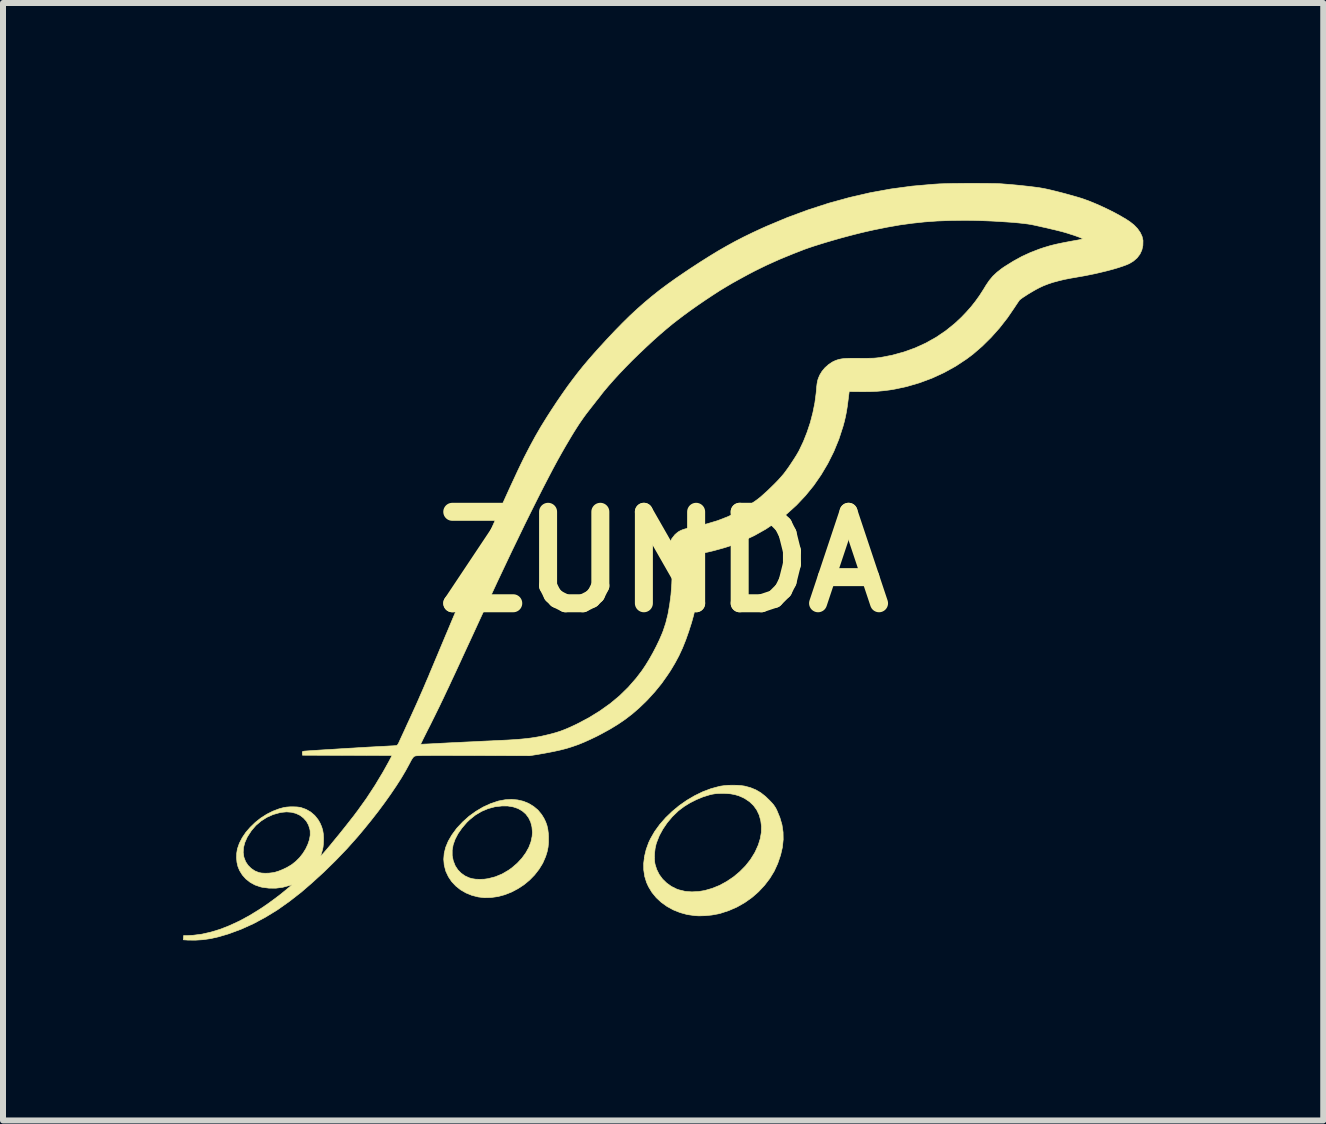
<source format=kicad_pcb>
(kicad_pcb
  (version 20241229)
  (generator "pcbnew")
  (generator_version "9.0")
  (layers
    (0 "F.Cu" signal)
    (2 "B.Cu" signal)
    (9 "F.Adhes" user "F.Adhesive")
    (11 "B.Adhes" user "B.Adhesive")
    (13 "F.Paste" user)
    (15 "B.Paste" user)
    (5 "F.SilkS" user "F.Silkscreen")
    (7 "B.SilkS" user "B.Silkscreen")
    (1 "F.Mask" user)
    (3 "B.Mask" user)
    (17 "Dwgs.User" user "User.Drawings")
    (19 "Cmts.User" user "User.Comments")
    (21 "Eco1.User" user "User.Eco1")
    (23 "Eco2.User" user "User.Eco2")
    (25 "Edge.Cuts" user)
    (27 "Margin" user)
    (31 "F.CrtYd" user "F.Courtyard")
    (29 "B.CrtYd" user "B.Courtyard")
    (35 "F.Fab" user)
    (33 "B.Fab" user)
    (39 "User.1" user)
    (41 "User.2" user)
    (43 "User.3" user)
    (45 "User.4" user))
  (footprint "ZUNDA"
    (layer "F.Cu")
    (at 8.007 6.314)
    (property "Reference" "ZUNDA" (at 0 0 0) (layer "F.SilkS") (effects (font (size 1.524 1.524) (thickness 0.3))))
    (attr through_hole)
    (fp_poly (pts (xy -2.431 3.967) (xy -2.335 3.989) (xy -2.246 4.026) (xy -2.165 4.075) (xy -2.092 4.136) (xy -2.031 4.21) (xy -1.992 4.273) (xy -1.963 4.333) (xy -1.942 4.392) (xy -1.928 4.454) (xy -1.919 4.524) (xy -1.916 4.58) (xy -1.916 4.672) (xy -1.923 4.753) (xy -1.939 4.831) (xy -1.964 4.911) (xy -1.965 4.913) (xy -2.012 5.021) (xy -2.074 5.122) (xy -2.148 5.217) (xy -2.232 5.303) (xy -2.325 5.38) (xy -2.426 5.446) (xy -2.532 5.502) (xy -2.643 5.546) (xy -2.757 5.577) (xy -2.872 5.593) (xy -2.986 5.596) (xy -3.087 5.584) (xy -3.193 5.557) (xy -3.291 5.517) (xy -3.381 5.465) (xy -3.46 5.402) (xy -3.529 5.329) (xy -3.584 5.247) (xy -3.626 5.158) (xy -3.629 5.149) (xy -3.654 5.052) (xy -3.662 4.955) (xy -3.654 4.856) (xy -3.641 4.804) (xy -3.521 4.804) (xy -3.521 4.893) (xy -3.504 4.98) (xy -3.471 5.064) (xy -3.47 5.066) (xy -3.428 5.13) (xy -3.374 5.186) (xy -3.31 5.232) (xy -3.238 5.265) (xy -3.19 5.279) (xy -3.129 5.288) (xy -3.06 5.29) (xy -2.988 5.288) (xy -2.923 5.279) (xy -2.803 5.248) (xy -2.689 5.201) (xy -2.581 5.138) (xy -2.527 5.099) (xy -2.437 5.022) (xy -2.359 4.938) (xy -2.295 4.85) (xy -2.244 4.759) (xy -2.209 4.667) (xy -2.189 4.574) (xy -2.184 4.506) (xy -2.192 4.416) (xy -2.213 4.335) (xy -2.248 4.263) (xy -2.295 4.201) (xy -2.354 4.15) (xy -2.424 4.11) (xy -2.504 4.083) (xy -2.594 4.068) (xy -2.688 4.067) (xy -2.809 4.081) (xy -2.924 4.112) (xy -3.033 4.158) (xy -3.135 4.219) (xy -3.231 4.296) (xy -3.279 4.342) (xy -3.359 4.436) (xy -3.424 4.529) (xy -3.472 4.621) (xy -3.505 4.713) (xy -3.521 4.804) (xy -3.641 4.804) (xy -3.629 4.756) (xy -3.587 4.655) (xy -3.528 4.553) (xy -3.453 4.45) (xy -3.44 4.434) (xy -3.345 4.333) (xy -3.24 4.239) (xy -3.126 4.157) (xy -3.006 4.086) (xy -2.882 4.029) (xy -2.757 3.987) (xy -2.746 3.984) (xy -2.638 3.964) (xy -2.532 3.958) (xy -2.431 3.967)) (stroke (width 0.01) (type solid)) (fill yes) (layer "F.SilkS"))
    (fp_poly (pts (xy 1.227 3.723) (xy 1.294 3.728) (xy 1.35 3.736) (xy 1.355 3.737) (xy 1.451 3.763) (xy 1.539 3.799) (xy 1.621 3.847) (xy 1.7 3.909) (xy 1.767 3.974) (xy 1.804 4.013) (xy 1.832 4.045) (xy 1.853 4.075) (xy 1.872 4.105) (xy 1.89 4.141) (xy 1.94 4.262) (xy 1.975 4.382) (xy 1.993 4.504) (xy 1.995 4.628) (xy 1.982 4.755) (xy 1.952 4.885) (xy 1.906 5.02) (xy 1.905 5.024) (xy 1.846 5.153) (xy 1.772 5.275) (xy 1.684 5.39) (xy 1.584 5.497) (xy 1.474 5.593) (xy 1.354 5.678) (xy 1.226 5.751) (xy 1.091 5.81) (xy 0.951 5.856) (xy 0.91 5.866) (xy 0.806 5.885) (xy 0.697 5.896) (xy 0.591 5.899) (xy 0.521 5.895) (xy 0.395 5.877) (xy 0.276 5.844) (xy 0.163 5.799) (xy 0.059 5.742) (xy -0.036 5.674) (xy -0.12 5.596) (xy -0.192 5.508) (xy -0.25 5.412) (xy -0.282 5.342) (xy -0.313 5.241) (xy -0.329 5.134) (xy -0.33 5.023) (xy -0.318 4.927) (xy -0.151 4.927) (xy -0.147 4.998) (xy -0.141 5.037) (xy -0.113 5.126) (xy -0.071 5.21) (xy -0.015 5.286) (xy 0.053 5.352) (xy 0.131 5.408) (xy 0.217 5.451) (xy 0.26 5.466) (xy 0.363 5.491) (xy 0.473 5.499) (xy 0.589 5.493) (xy 0.686 5.477) (xy 0.811 5.441) (xy 0.935 5.391) (xy 1.054 5.326) (xy 1.167 5.25) (xy 1.272 5.162) (xy 1.367 5.066) (xy 1.45 4.961) (xy 1.519 4.85) (xy 1.53 4.829) (xy 1.58 4.718) (xy 1.613 4.611) (xy 1.631 4.508) (xy 1.633 4.406) (xy 1.621 4.311) (xy 1.594 4.216) (xy 1.554 4.133) (xy 1.501 4.06) (xy 1.435 3.997) (xy 1.356 3.944) (xy 1.325 3.928) (xy 1.256 3.898) (xy 1.188 3.878) (xy 1.117 3.865) (xy 1.038 3.859) (xy 0.982 3.858) (xy 0.929 3.859) (xy 0.887 3.861) (xy 0.852 3.865) (xy 0.816 3.871) (xy 0.776 3.88) (xy 0.762 3.884) (xy 0.656 3.917) (xy 0.548 3.962) (xy 0.443 4.015) (xy 0.345 4.075) (xy 0.259 4.14) (xy 0.243 4.153) (xy 0.147 4.246) (xy 0.062 4.347) (xy -0.01 4.453) (xy -0.07 4.563) (xy -0.114 4.675) (xy -0.123 4.703) (xy -0.139 4.774) (xy -0.148 4.85) (xy -0.151 4.927) (xy -0.318 4.927) (xy -0.316 4.908) (xy -0.288 4.792) (xy -0.246 4.676) (xy -0.216 4.613) (xy -0.147 4.493) (xy -0.062 4.376) (xy 0.035 4.265) (xy 0.144 4.16) (xy 0.262 4.062) (xy 0.388 3.974) (xy 0.519 3.897) (xy 0.654 3.831) (xy 0.792 3.779) (xy 0.929 3.742) (xy 0.953 3.737) (xy 1.011 3.729) (xy 1.08 3.723) (xy 1.154 3.722) (xy 1.227 3.723)) (stroke (width 0.01) (type solid)) (fill yes) (layer "F.SilkS"))
    (fp_poly (pts (xy 5.285 -6.308) (xy 5.375 -6.308) (xy 5.458 -6.306) (xy 5.532 -6.305) (xy 5.595 -6.303) (xy 5.643 -6.3) (xy 5.652 -6.299) (xy 5.768 -6.29) (xy 5.881 -6.28) (xy 5.988 -6.269) (xy 6.088 -6.258) (xy 6.178 -6.247) (xy 6.255 -6.237) (xy 6.319 -6.226) (xy 6.336 -6.223) (xy 6.39 -6.212) (xy 6.455 -6.197) (xy 6.529 -6.179) (xy 6.608 -6.159) (xy 6.689 -6.138) (xy 6.768 -6.116) (xy 6.843 -6.095) (xy 6.909 -6.076) (xy 6.965 -6.059) (xy 6.989 -6.051) (xy 7.091 -6.014) (xy 7.199 -5.97) (xy 7.309 -5.921) (xy 7.419 -5.869) (xy 7.524 -5.816) (xy 7.622 -5.762) (xy 7.71 -5.71) (xy 7.77 -5.671) (xy 7.841 -5.615) (xy 7.899 -5.555) (xy 7.944 -5.491) (xy 7.975 -5.426) (xy 7.99 -5.362) (xy 7.991 -5.354) (xy 7.989 -5.273) (xy 7.972 -5.197) (xy 7.94 -5.128) (xy 7.893 -5.066) (xy 7.832 -5.013) (xy 7.763 -4.971) (xy 7.714 -4.95) (xy 7.651 -4.927) (xy 7.575 -4.902) (xy 7.49 -4.877) (xy 7.397 -4.852) (xy 7.298 -4.828) (xy 7.196 -4.804) (xy 7.093 -4.783) (xy 6.99 -4.763) (xy 6.914 -4.75) (xy 6.788 -4.728) (xy 6.676 -4.706) (xy 6.578 -4.682) (xy 6.489 -4.658) (xy 6.409 -4.631) (xy 6.334 -4.602) (xy 6.263 -4.569) (xy 6.252 -4.563) (xy 6.212 -4.542) (xy 6.168 -4.517) (xy 6.12 -4.489) (xy 6.072 -4.46) (xy 6.028 -4.431) (xy 5.989 -4.406) (xy 5.959 -4.384) (xy 5.94 -4.369) (xy 5.937 -4.367) (xy 5.926 -4.353) (xy 5.908 -4.327) (xy 5.886 -4.294) (xy 5.861 -4.257) (xy 5.855 -4.247) (xy 5.732 -4.067) (xy 5.599 -3.897) (xy 5.458 -3.739) (xy 5.31 -3.593) (xy 5.157 -3.461) (xy 5.049 -3.38) (xy 4.867 -3.26) (xy 4.675 -3.154) (xy 4.475 -3.062) (xy 4.268 -2.985) (xy 4.056 -2.923) (xy 3.872 -2.883) (xy 3.766 -2.865) (xy 3.663 -2.852) (xy 3.56 -2.843) (xy 3.451 -2.838) (xy 3.331 -2.837) (xy 3.302 -2.837) (xy 3.095 -2.839) (xy 3.076 -2.689) (xy 3.063 -2.589) (xy 3.049 -2.501) (xy 3.033 -2.42) (xy 3.015 -2.342) (xy 2.993 -2.262) (xy 2.993 -2.261) (xy 2.923 -2.045) (xy 2.838 -1.838) (xy 2.739 -1.64) (xy 2.627 -1.451) (xy 2.503 -1.272) (xy 2.366 -1.104) (xy 2.217 -0.946) (xy 2.057 -0.801) (xy 1.886 -0.667) (xy 1.705 -0.546) (xy 1.515 -0.439) (xy 1.315 -0.345) (xy 1.106 -0.265) (xy 1.105 -0.265) (xy 1.022 -0.238) (xy 0.929 -0.212) (xy 0.834 -0.186) (xy 0.741 -0.164) (xy 0.657 -0.147) (xy 0.643 -0.144) (xy 0.605 -0.137) (xy 0.573 -0.131) (xy 0.552 -0.126) (xy 0.544 -0.124) (xy 0.545 -0.115) (xy 0.548 -0.092) (xy 0.553 -0.058) (xy 0.56 -0.015) (xy 0.568 0.027) (xy 0.578 0.084) (xy 0.585 0.128) (xy 0.589 0.165) (xy 0.591 0.198) (xy 0.591 0.231) (xy 0.59 0.267) (xy 0.581 0.407) (xy 0.568 0.536) (xy 0.551 0.656) (xy 0.53 0.772) (xy 0.502 0.89) (xy 0.468 1.012) (xy 0.426 1.143) (xy 0.424 1.151) (xy 0.371 1.301) (xy 0.316 1.438) (xy 0.257 1.565) (xy 0.191 1.688) (xy 0.118 1.81) (xy 0.071 1.881) (xy -0.032 2.027) (xy -0.142 2.162) (xy -0.261 2.293) (xy -0.3 2.333) (xy -0.41 2.438) (xy -0.521 2.534) (xy -0.637 2.623) (xy -0.76 2.707) (xy -0.893 2.788) (xy -1.039 2.868) (xy -1.116 2.908) (xy -1.223 2.959) (xy -1.323 3.004) (xy -1.421 3.044) (xy -1.518 3.078) (xy -1.617 3.109) (xy -1.723 3.136) (xy -1.837 3.161) (xy -1.962 3.185) (xy -2.087 3.207) (xy -2.231 3.23) (xy -3.179 3.227) (xy -3.326 3.227) (xy -3.457 3.227) (xy -3.573 3.226) (xy -3.675 3.226) (xy -3.764 3.226) (xy -3.84 3.226) (xy -3.906 3.227) (xy -3.961 3.227) (xy -4.006 3.227) (xy -4.044 3.228) (xy -4.073 3.229) (xy -4.097 3.23) (xy -4.115 3.231) (xy -4.128 3.233) (xy -4.138 3.235) (xy -4.144 3.237) (xy -4.15 3.239) (xy -4.154 3.242) (xy -4.169 3.255) (xy -4.186 3.277) (xy -4.207 3.312) (xy -4.232 3.36) (xy -4.233 3.362) (xy -4.295 3.476) (xy -4.368 3.6) (xy -4.452 3.731) (xy -4.546 3.87) (xy -4.647 4.012) (xy -4.756 4.159) (xy -4.871 4.306) (xy -4.991 4.454) (xy -5.095 4.578) (xy -5.273 4.778) (xy -5.463 4.976) (xy -5.661 5.17) (xy -5.863 5.354) (xy -6.033 5.501) (xy -6.233 5.657) (xy -6.432 5.798) (xy -6.633 5.921) (xy -6.834 6.029) (xy -7.038 6.121) (xy -7.243 6.197) (xy -7.265 6.204) (xy -7.408 6.246) (xy -7.542 6.277) (xy -7.671 6.296) (xy -7.799 6.304) (xy -7.929 6.303) (xy -7.953 6.301) (xy -8.002 6.298) (xy -7.997 6.227) (xy -7.963 6.228) (xy -7.94 6.228) (xy -7.906 6.226) (xy -7.865 6.224) (xy -7.835 6.222) (xy -7.693 6.204) (xy -7.544 6.17) (xy -7.389 6.123) (xy -7.231 6.061) (xy -7.069 5.986) (xy -6.904 5.897) (xy -6.738 5.795) (xy -6.693 5.766) (xy -6.591 5.696) (xy -6.488 5.621) (xy -6.389 5.546) (xy -6.3 5.474) (xy -6.294 5.469) (xy -6.253 5.435) (xy -6.223 5.41) (xy -6.205 5.394) (xy -6.198 5.385) (xy -6.199 5.382) (xy -6.209 5.384) (xy -6.226 5.39) (xy -6.236 5.393) (xy -6.346 5.423) (xy -6.461 5.438) (xy -6.576 5.437) (xy -6.689 5.422) (xy -6.718 5.415) (xy -6.808 5.384) (xy -6.888 5.34) (xy -6.959 5.284) (xy -7.018 5.218) (xy -7.065 5.142) (xy -7.092 5.076) (xy -7.108 5.007) (xy -7.115 4.931) (xy -7.112 4.854) (xy -7.11 4.841) (xy -7.004 4.841) (xy -6.993 4.919) (xy -6.965 4.993) (xy -6.964 4.996) (xy -6.924 5.056) (xy -6.872 5.108) (xy -6.81 5.15) (xy -6.743 5.177) (xy -6.74 5.178) (xy -6.694 5.186) (xy -6.637 5.189) (xy -6.575 5.187) (xy -6.515 5.18) (xy -6.477 5.173) (xy -6.415 5.154) (xy -6.345 5.126) (xy -6.276 5.093) (xy -6.213 5.056) (xy -6.197 5.046) (xy -6.127 4.991) (xy -6.064 4.928) (xy -6.009 4.858) (xy -5.962 4.783) (xy -5.926 4.706) (xy -5.9 4.629) (xy -5.887 4.554) (xy -5.888 4.484) (xy -5.892 4.46) (xy -5.915 4.386) (xy -5.951 4.321) (xy -6 4.267) (xy -6.058 4.223) (xy -6.126 4.191) (xy -6.201 4.172) (xy -6.282 4.166) (xy -6.368 4.174) (xy -6.39 4.178) (xy -6.505 4.21) (xy -6.61 4.257) (xy -6.706 4.318) (xy -6.792 4.391) (xy -6.867 4.478) (xy -6.932 4.578) (xy -6.939 4.591) (xy -6.977 4.677) (xy -6.999 4.761) (xy -7.004 4.841) (xy -7.11 4.841) (xy -7.101 4.785) (xy -7.101 4.784) (xy -7.068 4.689) (xy -7.02 4.596) (xy -6.959 4.506) (xy -6.885 4.421) (xy -6.802 4.341) (xy -6.711 4.269) (xy -6.612 4.206) (xy -6.509 4.154) (xy -6.403 4.114) (xy -6.325 4.093) (xy -6.278 4.086) (xy -6.222 4.082) (xy -6.164 4.082) (xy -6.107 4.084) (xy -6.059 4.09) (xy -6.041 4.094) (xy -5.957 4.124) (xy -5.88 4.168) (xy -5.813 4.225) (xy -5.758 4.293) (xy -5.724 4.351) (xy -5.697 4.413) (xy -5.679 4.472) (xy -5.669 4.533) (xy -5.665 4.601) (xy -5.666 4.655) (xy -5.669 4.709) (xy -5.673 4.751) (xy -5.68 4.787) (xy -5.69 4.823) (xy -5.692 4.83) (xy -5.702 4.861) (xy -5.709 4.885) (xy -5.712 4.899) (xy -5.712 4.9) (xy -5.705 4.895) (xy -5.688 4.879) (xy -5.664 4.851) (xy -5.632 4.815) (xy -5.594 4.77) (xy -5.551 4.719) (xy -5.505 4.662) (xy -5.455 4.601) (xy -5.403 4.538) (xy -5.351 4.473) (xy -5.299 4.408) (xy -5.249 4.344) (xy -5.201 4.283) (xy -5.156 4.226) (xy -5.117 4.173) (xy -5.102 4.154) (xy -4.95 3.942) (xy -4.806 3.722) (xy -4.672 3.499) (xy -4.578 3.33) (xy -4.523 3.226) (xy -5.269 3.224) (xy -6.016 3.222) (xy -6.018 3.19) (xy -6.019 3.169) (xy -6.013 3.16) (xy -5.996 3.155) (xy -5.993 3.155) (xy -5.979 3.153) (xy -5.95 3.151) (xy -5.907 3.148) (xy -5.852 3.144) (xy -5.786 3.14) (xy -5.712 3.135) (xy -5.63 3.13) (xy -5.542 3.125) (xy -5.451 3.119) (xy -5.356 3.113) (xy -5.261 3.107) (xy -5.166 3.102) (xy -5.074 3.096) (xy -4.985 3.091) (xy -4.902 3.086) (xy -4.826 3.082) (xy -4.758 3.078) (xy -4.701 3.075) (xy -4.657 3.073) (xy -4.601 3.07) (xy -4.55 3.067) (xy -4.506 3.065) (xy -4.473 3.062) (xy -4.453 3.061) (xy -4.449 3.06) (xy -4.433 3.05) (xy -4.427 3.04) (xy -4.047 3.04) (xy -4.046 3.041) (xy -4.045 3.04) (xy -4.043 3.04) (xy -4.042 3.04) (xy -4.033 3.039) (xy -4.008 3.038) (xy -3.97 3.036) (xy -3.919 3.034) (xy -3.859 3.031) (xy -3.789 3.027) (xy -3.713 3.023) (xy -3.631 3.019) (xy -3.616 3.018) (xy -3.516 3.013) (xy -3.406 3.008) (xy -3.291 3.002) (xy -3.175 2.997) (xy -3.063 2.991) (xy -2.957 2.986) (xy -2.862 2.982) (xy -2.832 2.98) (xy -2.707 2.974) (xy -2.598 2.969) (xy -2.501 2.963) (xy -2.416 2.957) (xy -2.34 2.95) (xy -2.271 2.943) (xy -2.208 2.935) (xy -2.148 2.926) (xy -2.09 2.916) (xy -2.032 2.905) (xy -1.972 2.891) (xy -1.971 2.891) (xy -1.879 2.869) (xy -1.796 2.846) (xy -1.717 2.821) (xy -1.639 2.791) (xy -1.557 2.756) (xy -1.467 2.714) (xy -1.44 2.701) (xy -1.241 2.596) (xy -1.057 2.482) (xy -0.887 2.361) (xy -0.73 2.23) (xy -0.586 2.089) (xy -0.454 1.938) (xy -0.358 1.812) (xy -0.299 1.724) (xy -0.238 1.625) (xy -0.178 1.519) (xy -0.121 1.41) (xy -0.069 1.302) (xy -0.025 1.2) (xy -0.004 1.147) (xy 0.039 1.016) (xy 0.075 0.871) (xy 0.103 0.713) (xy 0.125 0.545) (xy 0.138 0.367) (xy 0.14 0.317) (xy 0.142 0.267) (xy 0.143 0.228) (xy 0.142 0.196) (xy 0.14 0.167) (xy 0.134 0.134) (xy 0.126 0.095) (xy 0.115 0.047) (xy 0.1 -0.021) (xy 0.089 -0.076) (xy 0.082 -0.12) (xy 0.079 -0.156) (xy 0.078 -0.188) (xy 0.081 -0.219) (xy 0.084 -0.242) (xy 0.105 -0.319) (xy 0.14 -0.389) (xy 0.187 -0.449) (xy 0.19 -0.453) (xy 0.218 -0.478) (xy 0.246 -0.5) (xy 0.277 -0.518) (xy 0.313 -0.534) (xy 0.358 -0.549) (xy 0.412 -0.563) (xy 0.479 -0.578) (xy 0.534 -0.589) (xy 0.724 -0.634) (xy 0.901 -0.687) (xy 1.069 -0.752) (xy 1.229 -0.828) (xy 1.384 -0.917) (xy 1.536 -1.019) (xy 1.571 -1.045) (xy 1.619 -1.083) (xy 1.674 -1.132) (xy 1.735 -1.187) (xy 1.797 -1.247) (xy 1.859 -1.308) (xy 1.916 -1.367) (xy 1.965 -1.422) (xy 2.002 -1.465) (xy 2.043 -1.519) (xy 2.089 -1.583) (xy 2.135 -1.652) (xy 2.181 -1.722) (xy 2.222 -1.788) (xy 2.256 -1.847) (xy 2.264 -1.863) (xy 2.332 -2.006) (xy 2.393 -2.16) (xy 2.447 -2.322) (xy 2.49 -2.488) (xy 2.523 -2.652) (xy 2.544 -2.812) (xy 2.548 -2.854) (xy 2.553 -2.917) (xy 2.559 -2.967) (xy 2.566 -3.007) (xy 2.575 -3.042) (xy 2.588 -3.076) (xy 2.604 -3.113) (xy 2.605 -3.115) (xy 2.642 -3.176) (xy 2.691 -3.235) (xy 2.749 -3.287) (xy 2.81 -3.328) (xy 2.828 -3.338) (xy 2.861 -3.353) (xy 2.893 -3.365) (xy 2.926 -3.375) (xy 2.962 -3.382) (xy 3.003 -3.388) (xy 3.052 -3.391) (xy 3.111 -3.393) (xy 3.183 -3.393) (xy 3.265 -3.393) (xy 3.343 -3.392) (xy 3.407 -3.393) (xy 3.459 -3.394) (xy 3.503 -3.395) (xy 3.542 -3.398) (xy 3.577 -3.402) (xy 3.611 -3.406) (xy 3.811 -3.444) (xy 4.006 -3.498) (xy 4.193 -3.565) (xy 4.373 -3.647) (xy 4.544 -3.743) (xy 4.705 -3.852) (xy 4.856 -3.974) (xy 4.966 -4.077) (xy 5.051 -4.166) (xy 5.128 -4.253) (xy 5.199 -4.343) (xy 5.268 -4.439) (xy 5.336 -4.545) (xy 5.376 -4.611) (xy 5.429 -4.689) (xy 5.489 -4.761) (xy 5.559 -4.827) (xy 5.641 -4.891) (xy 5.685 -4.921) (xy 5.831 -5.012) (xy 5.973 -5.09) (xy 6.117 -5.156) (xy 6.265 -5.213) (xy 6.286 -5.22) (xy 6.339 -5.238) (xy 6.39 -5.253) (xy 6.439 -5.268) (xy 6.49 -5.281) (xy 6.544 -5.294) (xy 6.604 -5.307) (xy 6.673 -5.321) (xy 6.752 -5.336) (xy 6.844 -5.353) (xy 6.907 -5.364) (xy 6.941 -5.371) (xy 6.967 -5.377) (xy 6.983 -5.382) (xy 6.985 -5.384) (xy 6.977 -5.39) (xy 6.956 -5.4) (xy 6.923 -5.413) (xy 6.882 -5.428) (xy 6.834 -5.445) (xy 6.783 -5.461) (xy 6.731 -5.478) (xy 6.68 -5.493) (xy 6.641 -5.504) (xy 6.593 -5.516) (xy 6.533 -5.531) (xy 6.464 -5.547) (xy 6.39 -5.565) (xy 6.316 -5.581) (xy 6.246 -5.597) (xy 6.182 -5.611) (xy 6.13 -5.622) (xy 6.13 -5.622) (xy 6.073 -5.631) (xy 6.002 -5.64) (xy 5.918 -5.649) (xy 5.823 -5.658) (xy 5.72 -5.665) (xy 5.61 -5.672) (xy 5.496 -5.679) (xy 5.38 -5.684) (xy 5.263 -5.688) (xy 5.149 -5.691) (xy 5.038 -5.692) (xy 4.995 -5.692) (xy 4.773 -5.689) (xy 4.56 -5.681) (xy 4.354 -5.666) (xy 4.149 -5.644) (xy 3.943 -5.616) (xy 3.732 -5.579) (xy 3.513 -5.535) (xy 3.382 -5.506) (xy 3.281 -5.482) (xy 3.173 -5.455) (xy 3.059 -5.425) (xy 2.944 -5.394) (xy 2.829 -5.361) (xy 2.716 -5.328) (xy 2.609 -5.295) (xy 2.51 -5.264) (xy 2.42 -5.234) (xy 2.344 -5.207) (xy 2.311 -5.194) (xy 2.172 -5.14) (xy 2.047 -5.089) (xy 1.931 -5.041) (xy 1.824 -4.993) (xy 1.72 -4.946) (xy 1.619 -4.897) (xy 1.516 -4.846) (xy 1.409 -4.79) (xy 1.295 -4.728) (xy 1.172 -4.66) (xy 1.147 -4.646) (xy 1.047 -4.587) (xy 0.936 -4.52) (xy 0.819 -4.444) (xy 0.697 -4.363) (xy 0.574 -4.279) (xy 0.452 -4.193) (xy 0.334 -4.107) (xy 0.224 -4.023) (xy 0.152 -3.967) (xy 0.047 -3.88) (xy -0.064 -3.785) (xy -0.178 -3.683) (xy -0.293 -3.576) (xy -0.408 -3.467) (xy -0.522 -3.356) (xy -0.631 -3.245) (xy -0.735 -3.136) (xy -0.831 -3.031) (xy -0.918 -2.932) (xy -0.995 -2.841) (xy -1.029 -2.798) (xy -1.053 -2.766) (xy -1.085 -2.725) (xy -1.122 -2.679) (xy -1.16 -2.63) (xy -1.194 -2.587) (xy -1.243 -2.524) (xy -1.288 -2.466) (xy -1.329 -2.41) (xy -1.368 -2.354) (xy -1.407 -2.297) (xy -1.447 -2.235) (xy -1.49 -2.167) (xy -1.537 -2.09) (xy -1.589 -2.002) (xy -1.634 -1.926) (xy -1.698 -1.814) (xy -1.769 -1.687) (xy -1.845 -1.546) (xy -1.927 -1.389) (xy -2.015 -1.219) (xy -2.108 -1.035) (xy -2.206 -0.839) (xy -2.31 -0.629) (xy -2.417 -0.407) (xy -2.53 -0.174) (xy -2.646 0.071) (xy -2.767 0.327) (xy -2.891 0.594) (xy -3.019 0.87) (xy -3.067 0.974) (xy -3.145 1.144) (xy -3.217 1.3) (xy -3.283 1.442) (xy -3.343 1.572) (xy -3.397 1.69) (xy -3.447 1.798) (xy -3.493 1.897) (xy -3.535 1.986) (xy -3.573 2.069) (xy -3.609 2.144) (xy -3.642 2.214) (xy -3.673 2.28) (xy -3.703 2.342) (xy -3.731 2.401) (xy -3.759 2.458) (xy -3.787 2.515) (xy -3.815 2.572) (xy -3.844 2.63) (xy -3.874 2.691) (xy -3.894 2.731) (xy -3.933 2.807) (xy -3.965 2.871) (xy -3.99 2.921) (xy -4.01 2.961) (xy -4.024 2.991) (xy -4.035 3.012) (xy -4.042 3.027) (xy -4.045 3.035) (xy -4.047 3.04) (xy -4.427 3.04) (xy -4.416 3.023) (xy -4.409 3.008) (xy -4.4 2.988) (xy -4.385 2.955) (xy -4.365 2.912) (xy -4.341 2.86) (xy -4.314 2.802) (xy -4.286 2.74) (xy -4.272 2.709) (xy -4.237 2.634) (xy -4.198 2.549) (xy -4.158 2.461) (xy -4.119 2.375) (xy -4.083 2.294) (xy -4.055 2.229) (xy -4.037 2.188) (xy -4.02 2.15) (xy -4.004 2.113) (xy -3.988 2.076) (xy -3.972 2.038) (xy -3.955 1.998) (xy -3.936 1.954) (xy -3.915 1.906) (xy -3.893 1.851) (xy -3.867 1.79) (xy -3.838 1.721) (xy -3.805 1.642) (xy -3.767 1.552) (xy -3.725 1.451) (xy -3.677 1.337) (xy -3.623 1.208) (xy -3.615 1.19) (xy -3.527 0.98) (xy -3.438 0.77) (xy -3.349 0.56) (xy -3.261 0.353) (xy -3.173 0.149) (xy -3.086 -0.052) (xy -3.001 -0.247) (xy -2.918 -0.437) (xy -2.837 -0.621) (xy -2.759 -0.796) (xy -2.684 -0.963) (xy -2.613 -1.12) (xy -2.546 -1.267) (xy -2.483 -1.402) (xy -2.426 -1.525) (xy -2.374 -1.634) (xy -2.328 -1.728) (xy -2.316 -1.752) (xy -2.226 -1.926) (xy -2.137 -2.09) (xy -2.045 -2.249) (xy -1.946 -2.409) (xy -1.867 -2.532) (xy -1.772 -2.676) (xy -1.682 -2.807) (xy -1.596 -2.929) (xy -1.511 -3.043) (xy -1.427 -3.153) (xy -1.341 -3.26) (xy -1.25 -3.368) (xy -1.153 -3.479) (xy -1.084 -3.556) (xy -0.944 -3.709) (xy -0.811 -3.85) (xy -0.684 -3.98) (xy -0.561 -4.101) (xy -0.439 -4.214) (xy -0.317 -4.322) (xy -0.194 -4.425) (xy -0.067 -4.526) (xy 0.067 -4.626) (xy 0.207 -4.726) (xy 0.358 -4.829) (xy 0.449 -4.89) (xy 0.613 -4.997) (xy 0.767 -5.094) (xy 0.913 -5.183) (xy 1.056 -5.265) (xy 1.196 -5.342) (xy 1.338 -5.415) (xy 1.484 -5.486) (xy 1.635 -5.556) (xy 1.715 -5.592) (xy 2.061 -5.737) (xy 2.407 -5.865) (xy 2.752 -5.977) (xy 3.097 -6.072) (xy 3.444 -6.152) (xy 3.791 -6.215) (xy 4.141 -6.262) (xy 4.493 -6.293) (xy 4.602 -6.3) (xy 4.661 -6.302) (xy 4.733 -6.304) (xy 4.814 -6.306) (xy 4.903 -6.307) (xy 4.997 -6.308) (xy 5.093 -6.309) (xy 5.19 -6.309) (xy 5.285 -6.308)) (stroke (width 0.01) (type solid)) (fill yes) (layer "F.SilkS")))
  (gr_rect
    (start -3 -3)
    (end 19.002 15.623)
    (stroke (width 0.1) (type default))
    (fill no)
    (layer "Edge.Cuts")))
</source>
